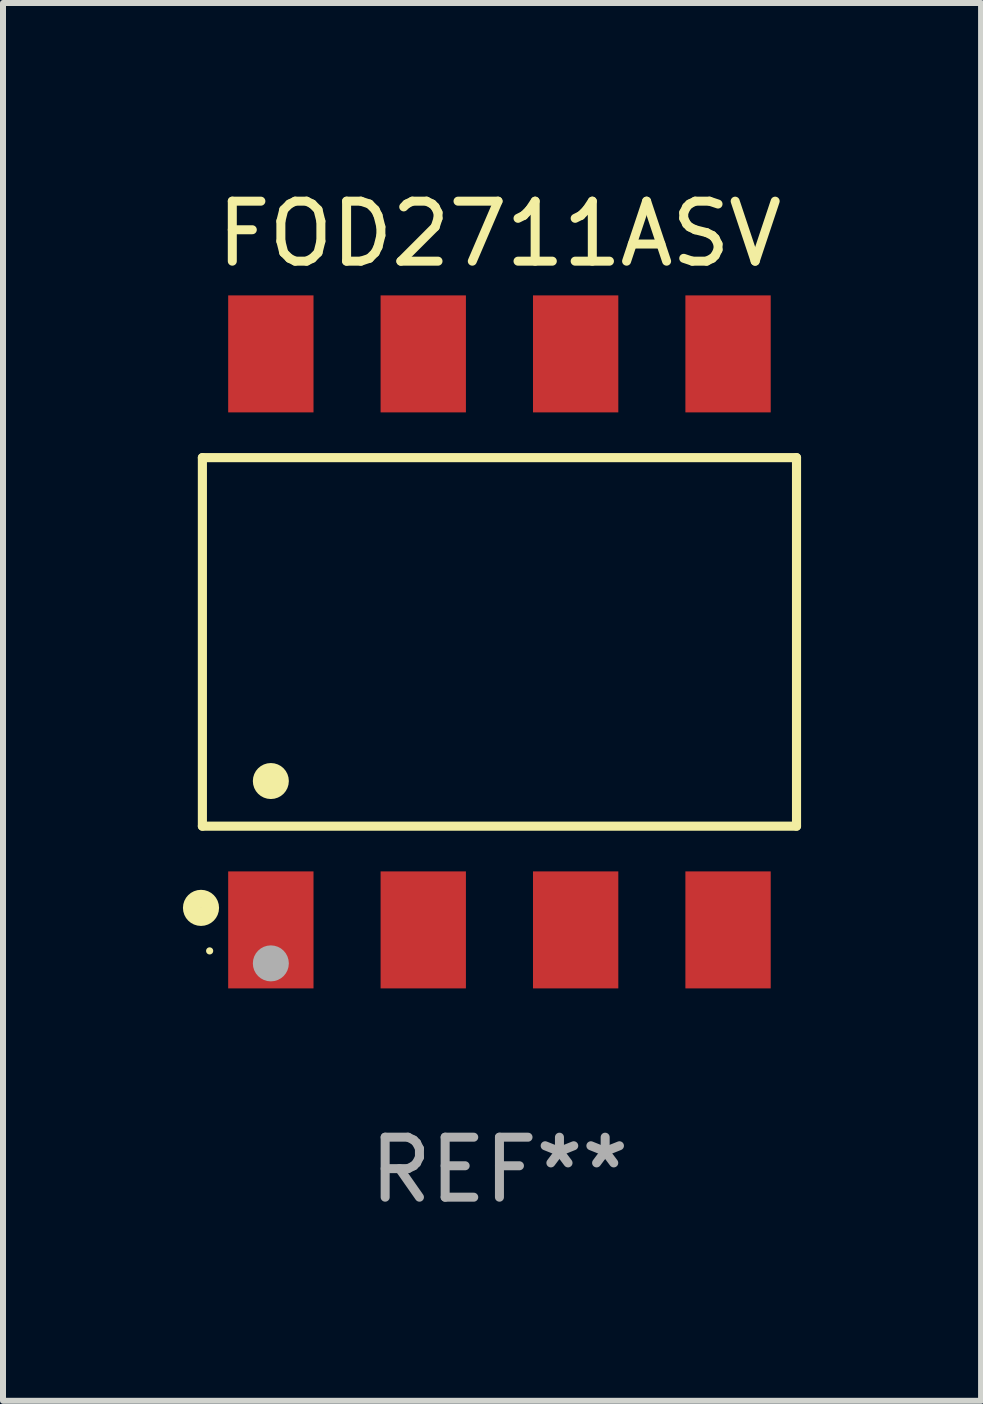
<source format=kicad_pcb>
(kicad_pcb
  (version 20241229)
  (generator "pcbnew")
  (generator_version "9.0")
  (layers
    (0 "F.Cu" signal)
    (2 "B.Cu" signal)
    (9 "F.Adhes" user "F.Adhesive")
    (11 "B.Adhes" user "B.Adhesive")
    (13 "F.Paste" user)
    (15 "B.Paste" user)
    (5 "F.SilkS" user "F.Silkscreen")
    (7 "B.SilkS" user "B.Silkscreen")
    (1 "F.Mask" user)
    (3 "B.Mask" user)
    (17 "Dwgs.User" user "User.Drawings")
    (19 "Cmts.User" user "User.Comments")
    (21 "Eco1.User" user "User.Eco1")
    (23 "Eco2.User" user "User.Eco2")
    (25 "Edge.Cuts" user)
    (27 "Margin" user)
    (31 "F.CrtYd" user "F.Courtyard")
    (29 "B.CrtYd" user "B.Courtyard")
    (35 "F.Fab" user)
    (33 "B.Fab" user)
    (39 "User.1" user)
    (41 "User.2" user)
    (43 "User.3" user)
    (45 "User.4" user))
  (footprint "FOD2711ASV"
    (layer "F.Cu")
    (at 5.274 7.648)
    (property "Reference" "FOD2711ASV" (at 0 -6.8 0) (layer "F.SilkS") (effects (font (size 1 1) (thickness 0.15))))
    (attr through_hole)
    (fp_line (start -4.951 -3.071) (end 4.951 -3.071) (stroke (width 0.152) (type solid)) (layer "F.SilkS"))
    (fp_line (start -4.951 3.071) (end -4.951 -3.071) (stroke (width 0.152) (type solid)) (layer "F.SilkS"))
    (fp_line (start 4.951 -3.071) (end 4.951 3.071) (stroke (width 0.152) (type solid)) (layer "F.SilkS"))
    (fp_line (start 4.951 3.071) (end -4.951 3.071) (stroke (width 0.152) (type solid)) (layer "F.SilkS"))
    (fp_circle (center -4.974 4.433) (end -4.823 4.433) (stroke (width 0.3) (type solid)) (fill no) (layer "F.SilkS"))
    (fp_circle (center -4.83 5.15) (end -4.8 5.15) (stroke (width 0.06) (type solid)) (fill no) (layer "F.SilkS"))
    (fp_circle (center -3.81 2.319) (end -3.66 2.319) (stroke (width 0.3) (type solid)) (fill no) (layer "F.SilkS"))
    (fp_circle (center -3.81 5.358) (end -3.66 5.358) (stroke (width 0.3) (type solid)) (fill no) (layer "F.Fab"))
    (fp_text user "REF**" (at 0 8.8 0) (layer "F.Fab") (effects (font (size 1 1) (thickness 0.15))))
    (pad "1" smd rect (at -3.81 4.8) (size 1.422 1.95) (layers "F.Cu" "F.Mask" "F.Paste"))
    (pad "2" smd rect (at -1.27 4.8) (size 1.422 1.95) (layers "F.Cu" "F.Mask" "F.Paste"))
    (pad "3" smd rect (at 1.27 4.8) (size 1.422 1.95) (layers "F.Cu" "F.Mask" "F.Paste"))
    (pad "4" smd rect (at 3.81 4.8) (size 1.422 1.95) (layers "F.Cu" "F.Mask" "F.Paste"))
    (pad "5" smd rect (at 3.81 -4.8) (size 1.422 1.95) (layers "F.Cu" "F.Mask" "F.Paste"))
    (pad "6" smd rect (at 1.27 -4.8) (size 1.422 1.95) (layers "F.Cu" "F.Mask" "F.Paste"))
    (pad "7" smd rect (at -1.27 -4.8) (size 1.422 1.95) (layers "F.Cu" "F.Mask" "F.Paste"))
    (pad "8" smd rect (at -3.81 -4.8) (size 1.422 1.95) (layers "F.Cu" "F.Mask" "F.Paste")))
  (gr_rect
    (start -3 -3)
    (end 13.301 20.296)
    (stroke (width 0.1) (type default))
    (fill no)
    (layer "Edge.Cuts")))
</source>
